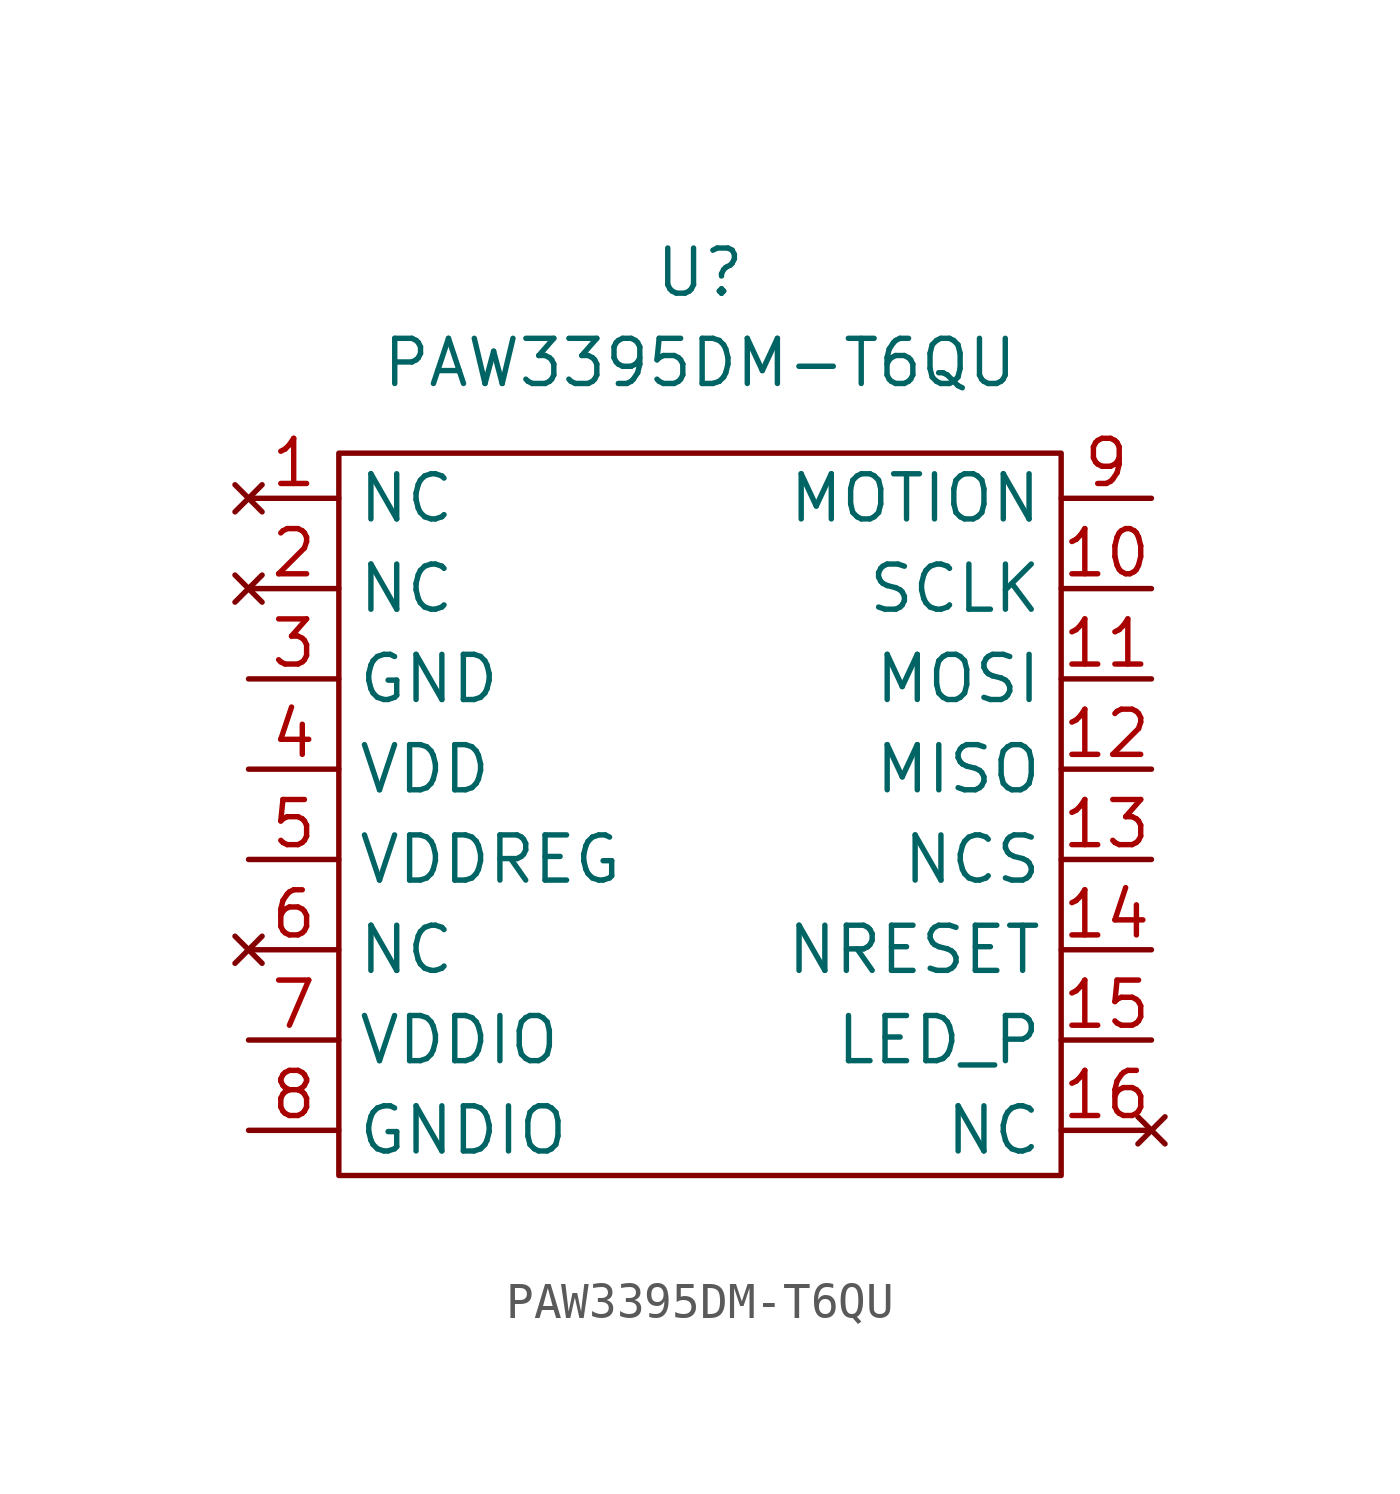
<source format=kicad_sym>
(kicad_symbol_lib
  (version 20211014)
  (generator kicad_symbol_editor)
  (symbol "PAW3395DM-T6QU"
    (pin_names
      (offset 0.5))
    (property "Reference" "U"
      (at 0 0 0)
      (effects (font (size 1.27 1.27))))
    (property "Value" "PAW3395DM-T6QU"
      (at 0 -2.54 0)
      (effects (font (size 1.27 1.27))))
    (symbol "PAW3395DM-T6QU_0_0"
      (pin no_connect line (at -12.7 -6.35 0) (length 2.54) (name "NC" (effects (font (size 1.27 1.27)))) (number "1" (effects (font (size 1.27 1.27)))))
      (pin input line (at 12.7 -8.89 180) (length 2.54) (name "SCLK" (effects (font (size 1.27 1.27)))) (number "10" (effects (font (size 1.27 1.27)))))
      (pin input line (at 12.7 -11.43 180) (length 2.54) (name "MOSI" (effects (font (size 1.27 1.27)))) (number "11" (effects (font (size 1.27 1.27)))))
      (pin output line (at 12.7 -13.97 180) (length 2.54) (name "MISO" (effects (font (size 1.27 1.27)))) (number "12" (effects (font (size 1.27 1.27)))))
      (pin output line (at 12.7 -16.51 180) (length 2.54) (name "NCS" (effects (font (size 1.27 1.27)))) (number "13" (effects (font (size 1.27 1.27)))))
      (pin input line (at 12.7 -19.05 180) (length 2.54) (name "NRESET" (effects (font (size 1.27 1.27)))) (number "14" (effects (font (size 1.27 1.27)))))
      (pin output line (at 12.7 -21.59 180) (length 2.54) (name "LED_P" (effects (font (size 1.27 1.27)))) (number "15" (effects (font (size 1.27 1.27)))))
      (pin no_connect line (at 12.7 -24.13 180) (length 2.54) (name "NC" (effects (font (size 1.27 1.27)))) (number "16" (effects (font (size 1.27 1.27)))))
      (pin no_connect line (at -12.7 -8.89 0) (length 2.54) (name "NC" (effects (font (size 1.27 1.27)))) (number "2" (effects (font (size 1.27 1.27)))))
      (pin power_in line (at -12.7 -11.43 0) (length 2.54) (name "GND" (effects (font (size 1.27 1.27)))) (number "3" (effects (font (size 1.27 1.27)))))
      (pin power_in line (at -12.7 -13.97 0) (length 2.54) (name "VDD" (effects (font (size 1.27 1.27)))) (number "4" (effects (font (size 1.27 1.27)))))
      (pin power_in line (at -12.7 -16.51 0) (length 2.54) (name "VDDREG" (effects (font (size 1.27 1.27)))) (number "5" (effects (font (size 1.27 1.27)))))
      (pin no_connect line (at -12.7 -19.05 0) (length 2.54) (name "NC" (effects (font (size 1.27 1.27)))) (number "6" (effects (font (size 1.27 1.27)))))
      (pin power_in line (at -12.7 -21.59 0) (length 2.54) (name "VDDIO" (effects (font (size 1.27 1.27)))) (number "7" (effects (font (size 1.27 1.27)))))
      (pin power_in line (at -12.7 -24.13 0) (length 2.54) (name "GNDIO" (effects (font (size 1.27 1.27)))) (number "8" (effects (font (size 1.27 1.27)))))
      (pin output line (at 12.7 -6.35 180) (length 2.54) (name "MOTION" (effects (font (size 1.27 1.27)))) (number "9" (effects (font (size 1.27 1.27))))))
    (symbol "PAW3395DM-T6QU_0_1"
      (rectangle (start -10.16 -5.08) (end 10.16 -25.4) (stroke (width 0.152) (type default) (color 0 0 0 0)) (fill (type none))))))
</source>
